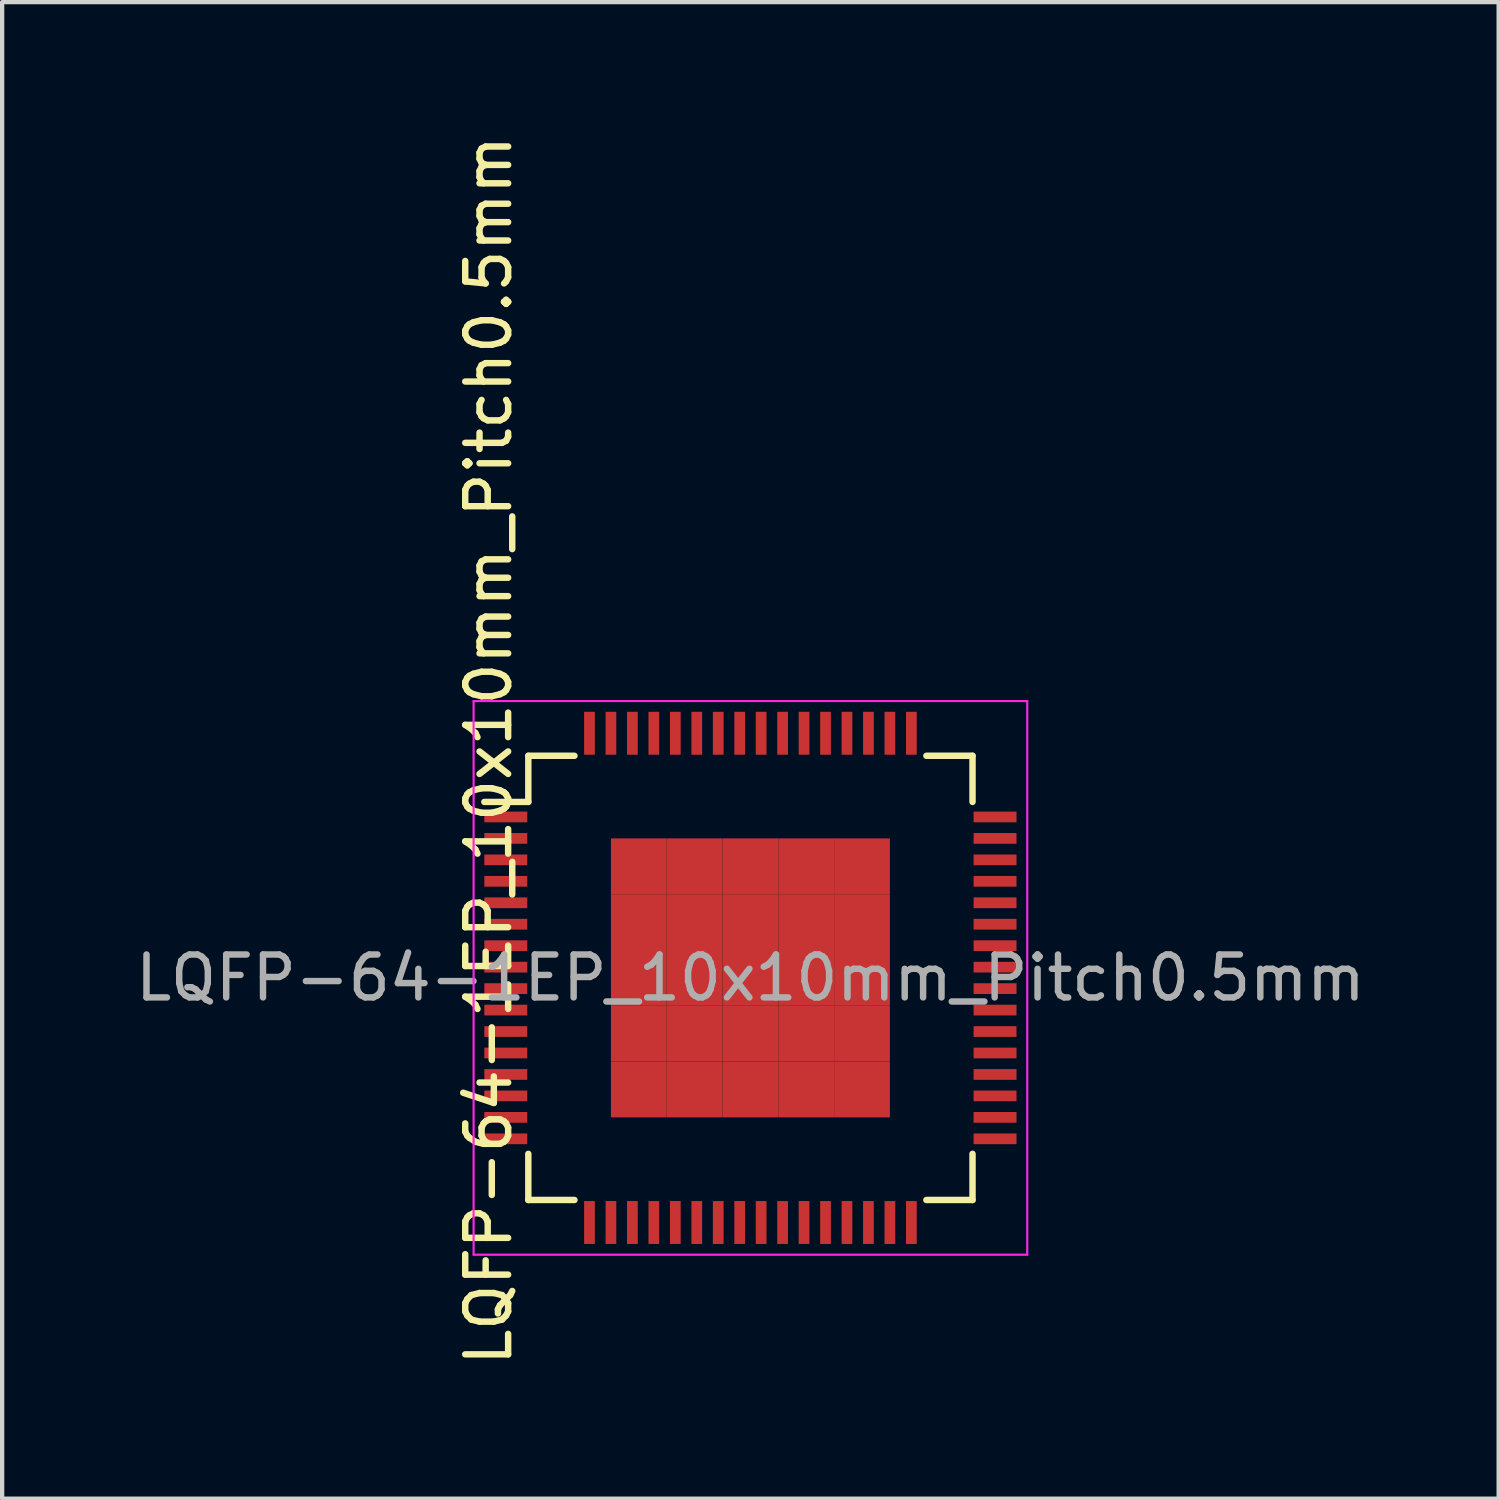
<source format=kicad_pcb>
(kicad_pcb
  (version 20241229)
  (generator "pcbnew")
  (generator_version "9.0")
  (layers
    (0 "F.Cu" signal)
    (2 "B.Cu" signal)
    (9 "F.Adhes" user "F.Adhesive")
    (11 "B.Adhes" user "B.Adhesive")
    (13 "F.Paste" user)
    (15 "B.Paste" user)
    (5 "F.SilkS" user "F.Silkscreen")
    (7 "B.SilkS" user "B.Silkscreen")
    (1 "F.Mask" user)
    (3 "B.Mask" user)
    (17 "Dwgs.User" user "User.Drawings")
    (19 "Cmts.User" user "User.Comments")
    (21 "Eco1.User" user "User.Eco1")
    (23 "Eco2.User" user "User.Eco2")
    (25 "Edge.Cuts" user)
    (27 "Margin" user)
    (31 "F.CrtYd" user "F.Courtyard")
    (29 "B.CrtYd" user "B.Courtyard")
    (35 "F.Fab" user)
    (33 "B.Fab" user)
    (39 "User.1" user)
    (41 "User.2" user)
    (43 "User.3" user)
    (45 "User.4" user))
  (footprint "LQFP-64-1EP_10x10mm_Pitch0.5mm"
    (layer "F.Cu")
    (at 14.435 19.735)
    (property "Reference" "LQFP-64-1EP_10x10mm_Pitch0.5mm" (at -6.1 -5.3 90) (layer "F.SilkS") (effects (font (size 1 1) (thickness 0.15))))
    (attr smd)
    (fp_line (start -5.175 -5.175) (end -5.175 -4.1) (stroke (width 0.15) (type solid)) (layer "F.SilkS"))
    (fp_line (start -5.175 -5.175) (end -4.1 -5.175) (stroke (width 0.15) (type solid)) (layer "F.SilkS"))
    (fp_line (start -5.175 -4.1) (end -6.2 -4.1) (stroke (width 0.15) (type solid)) (layer "F.SilkS"))
    (fp_line (start -5.175 5.175) (end -5.175 4.1) (stroke (width 0.15) (type solid)) (layer "F.SilkS"))
    (fp_line (start -5.175 5.175) (end -4.1 5.175) (stroke (width 0.15) (type solid)) (layer "F.SilkS"))
    (fp_line (start 5.175 -5.175) (end 4.1 -5.175) (stroke (width 0.15) (type solid)) (layer "F.SilkS"))
    (fp_line (start 5.175 -5.175) (end 5.175 -4.1) (stroke (width 0.15) (type solid)) (layer "F.SilkS"))
    (fp_line (start 5.175 5.175) (end 4.1 5.175) (stroke (width 0.15) (type solid)) (layer "F.SilkS"))
    (fp_line (start 5.175 5.175) (end 5.175 4.1) (stroke (width 0.15) (type solid)) (layer "F.SilkS"))
    (fp_line (start -6.45 -6.45) (end -6.45 6.45) (stroke (width 0.05) (type solid)) (layer "F.CrtYd"))
    (fp_line (start -6.45 -6.45) (end 6.45 -6.45) (stroke (width 0.05) (type solid)) (layer "F.CrtYd"))
    (fp_line (start -6.45 6.45) (end 6.45 6.45) (stroke (width 0.05) (type solid)) (layer "F.CrtYd"))
    (fp_line (start 6.45 -6.45) (end 6.45 6.45) (stroke (width 0.05) (type solid)) (layer "F.CrtYd"))
    (fp_text user "${REFERENCE}" (at 0 0 0) (layer "F.Fab") (effects (font (size 1 1) (thickness 0.15))))
    (pad "1" smd rect (at -5.7 -3.75) (size 1 0.25) (layers "F.Cu" "F.Mask" "F.Paste"))
    (pad "2" smd rect (at -5.7 -3.25) (size 1 0.25) (layers "F.Cu" "F.Mask" "F.Paste"))
    (pad "3" smd rect (at -5.7 -2.75) (size 1 0.25) (layers "F.Cu" "F.Mask" "F.Paste"))
    (pad "4" smd rect (at -5.7 -2.25) (size 1 0.25) (layers "F.Cu" "F.Mask" "F.Paste"))
    (pad "5" smd rect (at -5.7 -1.75) (size 1 0.25) (layers "F.Cu" "F.Mask" "F.Paste"))
    (pad "6" smd rect (at -5.7 -1.25) (size 1 0.25) (layers "F.Cu" "F.Mask" "F.Paste"))
    (pad "7" smd rect (at -5.7 -0.75) (size 1 0.25) (layers "F.Cu" "F.Mask" "F.Paste"))
    (pad "8" smd rect (at -5.7 -0.25) (size 1 0.25) (layers "F.Cu" "F.Mask" "F.Paste"))
    (pad "9" smd rect (at -5.7 0.25) (size 1 0.25) (layers "F.Cu" "F.Mask" "F.Paste"))
    (pad "10" smd rect (at -5.7 0.75) (size 1 0.25) (layers "F.Cu" "F.Mask" "F.Paste"))
    (pad "11" smd rect (at -5.7 1.25) (size 1 0.25) (layers "F.Cu" "F.Mask" "F.Paste"))
    (pad "12" smd rect (at -5.7 1.75) (size 1 0.25) (layers "F.Cu" "F.Mask" "F.Paste"))
    (pad "13" smd rect (at -5.7 2.25) (size 1 0.25) (layers "F.Cu" "F.Mask" "F.Paste"))
    (pad "14" smd rect (at -5.7 2.75) (size 1 0.25) (layers "F.Cu" "F.Mask" "F.Paste"))
    (pad "15" smd rect (at -5.7 3.25) (size 1 0.25) (layers "F.Cu" "F.Mask" "F.Paste"))
    (pad "16" smd rect (at -5.7 3.75) (size 1 0.25) (layers "F.Cu" "F.Mask" "F.Paste"))
    (pad "17" smd rect (at -3.75 5.7 90) (size 1 0.25) (layers "F.Cu" "F.Mask" "F.Paste"))
    (pad "18" smd rect (at -3.25 5.7 90) (size 1 0.25) (layers "F.Cu" "F.Mask" "F.Paste"))
    (pad "19" smd rect (at -2.75 5.7 90) (size 1 0.25) (layers "F.Cu" "F.Mask" "F.Paste"))
    (pad "20" smd rect (at -2.25 5.7 90) (size 1 0.25) (layers "F.Cu" "F.Mask" "F.Paste"))
    (pad "21" smd rect (at -1.75 5.7 90) (size 1 0.25) (layers "F.Cu" "F.Mask" "F.Paste"))
    (pad "22" smd rect (at -1.25 5.7 90) (size 1 0.25) (layers "F.Cu" "F.Mask" "F.Paste"))
    (pad "23" smd rect (at -0.75 5.7 90) (size 1 0.25) (layers "F.Cu" "F.Mask" "F.Paste"))
    (pad "24" smd rect (at -0.25 5.7 90) (size 1 0.25) (layers "F.Cu" "F.Mask" "F.Paste"))
    (pad "25" smd rect (at 0.25 5.7 90) (size 1 0.25) (layers "F.Cu" "F.Mask" "F.Paste"))
    (pad "26" smd rect (at 0.75 5.7 90) (size 1 0.25) (layers "F.Cu" "F.Mask" "F.Paste"))
    (pad "27" smd rect (at 1.25 5.7 90) (size 1 0.25) (layers "F.Cu" "F.Mask" "F.Paste"))
    (pad "28" smd rect (at 1.75 5.7 90) (size 1 0.25) (layers "F.Cu" "F.Mask" "F.Paste"))
    (pad "29" smd rect (at 2.25 5.7 90) (size 1 0.25) (layers "F.Cu" "F.Mask" "F.Paste"))
    (pad "30" smd rect (at 2.75 5.7 90) (size 1 0.25) (layers "F.Cu" "F.Mask" "F.Paste"))
    (pad "31" smd rect (at 3.25 5.7 90) (size 1 0.25) (layers "F.Cu" "F.Mask" "F.Paste"))
    (pad "32" smd rect (at 3.75 5.7 90) (size 1 0.25) (layers "F.Cu" "F.Mask" "F.Paste"))
    (pad "33" smd rect (at 5.7 3.75) (size 1 0.25) (layers "F.Cu" "F.Mask" "F.Paste"))
    (pad "34" smd rect (at 5.7 3.25) (size 1 0.25) (layers "F.Cu" "F.Mask" "F.Paste"))
    (pad "35" smd rect (at 5.7 2.75) (size 1 0.25) (layers "F.Cu" "F.Mask" "F.Paste"))
    (pad "36" smd rect (at 5.7 2.25) (size 1 0.25) (layers "F.Cu" "F.Mask" "F.Paste"))
    (pad "37" smd rect (at 5.7 1.75) (size 1 0.25) (layers "F.Cu" "F.Mask" "F.Paste"))
    (pad "38" smd rect (at 5.7 1.25) (size 1 0.25) (layers "F.Cu" "F.Mask" "F.Paste"))
    (pad "39" smd rect (at 5.7 0.75) (size 1 0.25) (layers "F.Cu" "F.Mask" "F.Paste"))
    (pad "40" smd rect (at 5.7 0.25) (size 1 0.25) (layers "F.Cu" "F.Mask" "F.Paste"))
    (pad "41" smd rect (at 5.7 -0.25) (size 1 0.25) (layers "F.Cu" "F.Mask" "F.Paste"))
    (pad "42" smd rect (at 5.7 -0.75) (size 1 0.25) (layers "F.Cu" "F.Mask" "F.Paste"))
    (pad "43" smd rect (at 5.7 -1.25) (size 1 0.25) (layers "F.Cu" "F.Mask" "F.Paste"))
    (pad "44" smd rect (at 5.7 -1.75) (size 1 0.25) (layers "F.Cu" "F.Mask" "F.Paste"))
    (pad "45" smd rect (at 5.7 -2.25) (size 1 0.25) (layers "F.Cu" "F.Mask" "F.Paste"))
    (pad "46" smd rect (at 5.7 -2.75) (size 1 0.25) (layers "F.Cu" "F.Mask" "F.Paste"))
    (pad "47" smd rect (at 5.7 -3.25) (size 1 0.25) (layers "F.Cu" "F.Mask" "F.Paste"))
    (pad "48" smd rect (at 5.7 -3.75) (size 1 0.25) (layers "F.Cu" "F.Mask" "F.Paste"))
    (pad "49" smd rect (at 3.75 -5.7 90) (size 1 0.25) (layers "F.Cu" "F.Mask" "F.Paste"))
    (pad "50" smd rect (at 3.25 -5.7 90) (size 1 0.25) (layers "F.Cu" "F.Mask" "F.Paste"))
    (pad "51" smd rect (at 2.75 -5.7 90) (size 1 0.25) (layers "F.Cu" "F.Mask" "F.Paste"))
    (pad "52" smd rect (at 2.25 -5.7 90) (size 1 0.25) (layers "F.Cu" "F.Mask" "F.Paste"))
    (pad "53" smd rect (at 1.75 -5.7 90) (size 1 0.25) (layers "F.Cu" "F.Mask" "F.Paste"))
    (pad "54" smd rect (at 1.25 -5.7 90) (size 1 0.25) (layers "F.Cu" "F.Mask" "F.Paste"))
    (pad "55" smd rect (at 0.75 -5.7 90) (size 1 0.25) (layers "F.Cu" "F.Mask" "F.Paste"))
    (pad "56" smd rect (at 0.25 -5.7 90) (size 1 0.25) (layers "F.Cu" "F.Mask" "F.Paste"))
    (pad "57" smd rect (at -0.25 -5.7 90) (size 1 0.25) (layers "F.Cu" "F.Mask" "F.Paste"))
    (pad "58" smd rect (at -0.75 -5.7 90) (size 1 0.25) (layers "F.Cu" "F.Mask" "F.Paste"))
    (pad "59" smd rect (at -1.25 -5.7 90) (size 1 0.25) (layers "F.Cu" "F.Mask" "F.Paste"))
    (pad "60" smd rect (at -1.75 -5.7 90) (size 1 0.25) (layers "F.Cu" "F.Mask" "F.Paste"))
    (pad "61" smd rect (at -2.25 -5.7 90) (size 1 0.25) (layers "F.Cu" "F.Mask" "F.Paste"))
    (pad "62" smd rect (at -2.75 -5.7 90) (size 1 0.25) (layers "F.Cu" "F.Mask" "F.Paste"))
    (pad "63" smd rect (at -3.25 -5.7 90) (size 1 0.25) (layers "F.Cu" "F.Mask" "F.Paste"))
    (pad "64" smd rect (at -3.75 -5.7 90) (size 1 0.25) (layers "F.Cu" "F.Mask" "F.Paste"))
    (pad "65" smd rect (at -2.6 -2.6) (size 1.3 1.3) (layers "F.Cu" "F.Mask" "F.Paste"))
    (pad "65" smd rect (at -2.6 -1.3) (size 1.3 1.3) (layers "F.Cu" "F.Mask" "F.Paste"))
    (pad "65" smd rect (at -2.6 0) (size 1.3 1.3) (layers "F.Cu" "F.Mask" "F.Paste"))
    (pad "65" smd rect (at -2.6 1.3) (size 1.3 1.3) (layers "F.Cu" "F.Mask" "F.Paste"))
    (pad "65" smd rect (at -2.6 2.6) (size 1.3 1.3) (layers "F.Cu" "F.Mask" "F.Paste"))
    (pad "65" smd rect (at -1.3 -2.6) (size 1.3 1.3) (layers "F.Cu" "F.Mask" "F.Paste"))
    (pad "65" smd rect (at -1.3 -1.3) (size 1.3 1.3) (layers "F.Cu" "F.Mask" "F.Paste"))
    (pad "65" smd rect (at -1.3 0) (size 1.3 1.3) (layers "F.Cu" "F.Mask" "F.Paste"))
    (pad "65" smd rect (at -1.3 1.3) (size 1.3 1.3) (layers "F.Cu" "F.Mask" "F.Paste"))
    (pad "65" smd rect (at -1.3 2.6) (size 1.3 1.3) (layers "F.Cu" "F.Mask" "F.Paste"))
    (pad "65" smd rect (at 0 -2.6) (size 1.3 1.3) (layers "F.Cu" "F.Mask" "F.Paste"))
    (pad "65" smd rect (at 0 -1.3) (size 1.3 1.3) (layers "F.Cu" "F.Mask" "F.Paste"))
    (pad "65" smd rect (at 0 0) (size 1.3 1.3) (layers "F.Cu" "F.Mask" "F.Paste"))
    (pad "65" smd rect (at 0 1.3) (size 1.3 1.3) (layers "F.Cu" "F.Mask" "F.Paste"))
    (pad "65" smd rect (at 0 2.6) (size 1.3 1.3) (layers "F.Cu" "F.Mask" "F.Paste"))
    (pad "65" smd rect (at 1.3 -2.6) (size 1.3 1.3) (layers "F.Cu" "F.Mask" "F.Paste"))
    (pad "65" smd rect (at 1.3 -1.3) (size 1.3 1.3) (layers "F.Cu" "F.Mask" "F.Paste"))
    (pad "65" smd rect (at 1.3 0) (size 1.3 1.3) (layers "F.Cu" "F.Mask" "F.Paste"))
    (pad "65" smd rect (at 1.3 1.3) (size 1.3 1.3) (layers "F.Cu" "F.Mask" "F.Paste"))
    (pad "65" smd rect (at 1.3 2.6) (size 1.3 1.3) (layers "F.Cu" "F.Mask" "F.Paste"))
    (pad "65" smd rect (at 2.6 -2.6) (size 1.3 1.3) (layers "F.Cu" "F.Mask" "F.Paste"))
    (pad "65" smd rect (at 2.6 -1.3) (size 1.3 1.3) (layers "F.Cu" "F.Mask" "F.Paste"))
    (pad "65" smd rect (at 2.6 0) (size 1.3 1.3) (layers "F.Cu" "F.Mask" "F.Paste"))
    (pad "65" smd rect (at 2.6 1.3) (size 1.3 1.3) (layers "F.Cu" "F.Mask" "F.Paste"))
    (pad "65" smd rect (at 2.6 2.6) (size 1.3 1.3) (layers "F.Cu" "F.Mask" "F.Paste")))
  (gr_rect
    (start -3 -3)
    (end 31.869 31.869)
    (stroke (width 0.1) (type default))
    (fill no)
    (layer "Edge.Cuts")))
</source>
